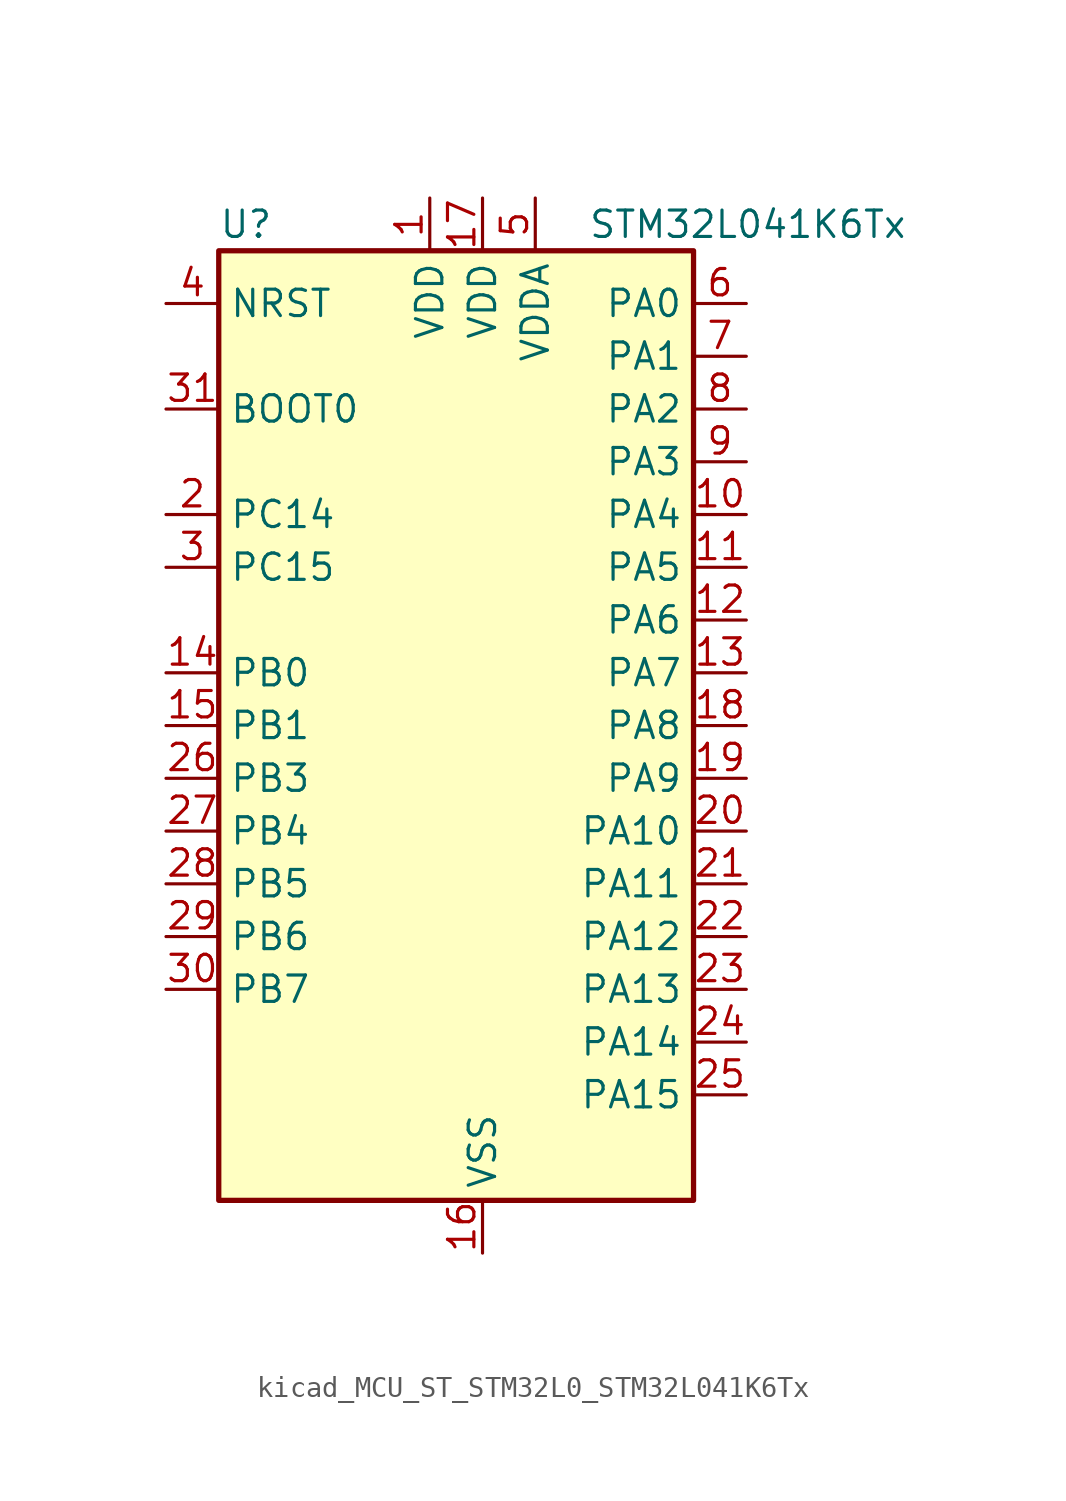
<source format=kicad_sym>
(kicad_symbol_lib
  (version 20220914)
  (generator kicad_symbol_editor)
  (symbol "kicad_MCU_ST_STM32L0_STM32L041K6Tx"
    (property "Reference" "U"
      (at -10.16 24.13 0)
      (effects (font (size 1.27 1.27)) (justify left)))
    (property "Value" "STM32L041K6Tx"
      (at 7.62 24.13 0)
      (effects (font (size 1.27 1.27)) (justify left)))
    (property "ki_locked" ""
      (at 0 0 0)
      (effects (font (size 1.27 1.27))))
    (symbol "kicad_MCU_ST_STM32L0_STM32L041K6Tx_0_1"
      (rectangle (start -10.16 -22.86) (end 12.7 22.86) (stroke (width 0.254) (type default)) (fill (type background))))
    (symbol "kicad_MCU_ST_STM32L0_STM32L041K6Tx_1_1"
      (pin power_in line (at 0 25.4 270) (length 2.54) (name "VDD" (effects (font (size 1.27 1.27)))) (number "1" (effects (font (size 1.27 1.27)))))
      (pin bidirectional line (at 15.24 10.16 180) (length 2.54) (name "PA4" (effects (font (size 1.27 1.27)))) (number "10" (effects (font (size 1.27 1.27)))) (alternate "ADC_IN4" bidirectional line) (alternate "COMP1_INM" bidirectional line) (alternate "COMP2_INM" bidirectional line) (alternate "LPTIM1_IN1" bidirectional line) (alternate "SPI1_NSS" bidirectional line) (alternate "TIM22_ETR" bidirectional line) (alternate "USART2_CK" bidirectional line))
      (pin bidirectional line (at 15.24 7.62 180) (length 2.54) (name "PA5" (effects (font (size 1.27 1.27)))) (number "11" (effects (font (size 1.27 1.27)))) (alternate "ADC_IN5" bidirectional line) (alternate "COMP1_INM" bidirectional line) (alternate "COMP2_INM" bidirectional line) (alternate "LPTIM1_IN2" bidirectional line) (alternate "SPI1_SCK" bidirectional line) (alternate "TIM2_CH1" bidirectional line) (alternate "TIM2_ETR" bidirectional line))
      (pin bidirectional line (at 15.24 5.08 180) (length 2.54) (name "PA6" (effects (font (size 1.27 1.27)))) (number "12" (effects (font (size 1.27 1.27)))) (alternate "ADC_IN6" bidirectional line) (alternate "COMP1_OUT" bidirectional line) (alternate "LPTIM1_ETR" bidirectional line) (alternate "LPUART1_CTS" bidirectional line) (alternate "SPI1_MISO" bidirectional line) (alternate "TIM22_CH1" bidirectional line))
      (pin bidirectional line (at 15.24 2.54 180) (length 2.54) (name "PA7" (effects (font (size 1.27 1.27)))) (number "13" (effects (font (size 1.27 1.27)))) (alternate "ADC_IN7" bidirectional line) (alternate "COMP2_OUT" bidirectional line) (alternate "LPTIM1_OUT" bidirectional line) (alternate "SPI1_MOSI" bidirectional line) (alternate "TIM22_CH2" bidirectional line) (alternate "USART2_CTS" bidirectional line))
      (pin bidirectional line (at -12.7 2.54 0) (length 2.54) (name "PB0" (effects (font (size 1.27 1.27)))) (number "14" (effects (font (size 1.27 1.27)))) (alternate "ADC_IN8" bidirectional line) (alternate "SPI1_MISO" bidirectional line) (alternate "SYS_VREF_OUT_PB0" bidirectional line) (alternate "TIM2_CH3" bidirectional line) (alternate "USART2_DE" bidirectional line) (alternate "USART2_RTS" bidirectional line))
      (pin bidirectional line (at -12.7 0 0) (length 2.54) (name "PB1" (effects (font (size 1.27 1.27)))) (number "15" (effects (font (size 1.27 1.27)))) (alternate "ADC_IN9" bidirectional line) (alternate "LPUART1_DE" bidirectional line) (alternate "LPUART1_RTS" bidirectional line) (alternate "SPI1_MOSI" bidirectional line) (alternate "SYS_VREF_OUT_PB1" bidirectional line) (alternate "TIM2_CH4" bidirectional line) (alternate "USART2_CK" bidirectional line))
      (pin power_in line (at 2.54 -25.4 90) (length 2.54) (name "VSS" (effects (font (size 1.27 1.27)))) (number "16" (effects (font (size 1.27 1.27)))))
      (pin power_in line (at 2.54 25.4 270) (length 2.54) (name "VDD" (effects (font (size 1.27 1.27)))) (number "17" (effects (font (size 1.27 1.27)))))
      (pin bidirectional line (at 15.24 0 180) (length 2.54) (name "PA8" (effects (font (size 1.27 1.27)))) (number "18" (effects (font (size 1.27 1.27)))) (alternate "LPTIM1_IN1" bidirectional line) (alternate "RCC_MCO" bidirectional line) (alternate "TIM2_CH1" bidirectional line) (alternate "USART2_CK" bidirectional line))
      (pin bidirectional line (at 15.24 -2.54 180) (length 2.54) (name "PA9" (effects (font (size 1.27 1.27)))) (number "19" (effects (font (size 1.27 1.27)))) (alternate "I2C1_SCL" bidirectional line) (alternate "RCC_MCO" bidirectional line) (alternate "TIM22_CH1" bidirectional line) (alternate "USART2_TX" bidirectional line))
      (pin bidirectional line (at -12.7 10.16 0) (length 2.54) (name "PC14" (effects (font (size 1.27 1.27)))) (number "2" (effects (font (size 1.27 1.27)))) (alternate "RCC_OSC32_IN" bidirectional line))
      (pin bidirectional line (at 15.24 -5.08 180) (length 2.54) (name "PA10" (effects (font (size 1.27 1.27)))) (number "20" (effects (font (size 1.27 1.27)))) (alternate "I2C1_SDA" bidirectional line) (alternate "TIM22_CH2" bidirectional line) (alternate "USART2_RX" bidirectional line))
      (pin bidirectional line (at 15.24 -7.62 180) (length 2.54) (name "PA11" (effects (font (size 1.27 1.27)))) (number "21" (effects (font (size 1.27 1.27)))) (alternate "ADC_EXTI11" bidirectional line) (alternate "COMP1_OUT" bidirectional line) (alternate "SPI1_MISO" bidirectional line) (alternate "TIM21_CH2" bidirectional line) (alternate "USART2_CTS" bidirectional line))
      (pin bidirectional line (at 15.24 -10.16 180) (length 2.54) (name "PA12" (effects (font (size 1.27 1.27)))) (number "22" (effects (font (size 1.27 1.27)))) (alternate "COMP2_OUT" bidirectional line) (alternate "SPI1_MOSI" bidirectional line) (alternate "USART2_DE" bidirectional line) (alternate "USART2_RTS" bidirectional line))
      (pin bidirectional line (at 15.24 -12.7 180) (length 2.54) (name "PA13" (effects (font (size 1.27 1.27)))) (number "23" (effects (font (size 1.27 1.27)))) (alternate "LPTIM1_ETR" bidirectional line) (alternate "LPUART1_RX" bidirectional line) (alternate "SYS_SWDIO" bidirectional line))
      (pin bidirectional line (at 15.24 -15.24 180) (length 2.54) (name "PA14" (effects (font (size 1.27 1.27)))) (number "24" (effects (font (size 1.27 1.27)))) (alternate "I2C1_SMBA" bidirectional line) (alternate "LPTIM1_OUT" bidirectional line) (alternate "LPUART1_TX" bidirectional line) (alternate "SYS_SWCLK" bidirectional line) (alternate "USART2_TX" bidirectional line))
      (pin bidirectional line (at 15.24 -17.78 180) (length 2.54) (name "PA15" (effects (font (size 1.27 1.27)))) (number "25" (effects (font (size 1.27 1.27)))) (alternate "SPI1_NSS" bidirectional line) (alternate "TIM2_CH1" bidirectional line) (alternate "TIM2_ETR" bidirectional line) (alternate "USART2_RX" bidirectional line))
      (pin bidirectional line (at -12.7 -2.54 0) (length 2.54) (name "PB3" (effects (font (size 1.27 1.27)))) (number "26" (effects (font (size 1.27 1.27)))) (alternate "COMP2_INM" bidirectional line) (alternate "SPI1_SCK" bidirectional line) (alternate "TIM2_CH2" bidirectional line))
      (pin bidirectional line (at -12.7 -5.08 0) (length 2.54) (name "PB4" (effects (font (size 1.27 1.27)))) (number "27" (effects (font (size 1.27 1.27)))) (alternate "COMP2_INP" bidirectional line) (alternate "SPI1_MISO" bidirectional line) (alternate "TIM22_CH1" bidirectional line))
      (pin bidirectional line (at -12.7 -7.62 0) (length 2.54) (name "PB5" (effects (font (size 1.27 1.27)))) (number "28" (effects (font (size 1.27 1.27)))) (alternate "COMP2_INP" bidirectional line) (alternate "I2C1_SMBA" bidirectional line) (alternate "LPTIM1_IN1" bidirectional line) (alternate "SPI1_MOSI" bidirectional line) (alternate "TIM22_CH2" bidirectional line))
      (pin bidirectional line (at -12.7 -10.16 0) (length 2.54) (name "PB6" (effects (font (size 1.27 1.27)))) (number "29" (effects (font (size 1.27 1.27)))) (alternate "COMP2_INP" bidirectional line) (alternate "I2C1_SCL" bidirectional line) (alternate "LPTIM1_ETR" bidirectional line) (alternate "TIM21_CH1" bidirectional line) (alternate "USART2_TX" bidirectional line))
      (pin bidirectional line (at -12.7 7.62 0) (length 2.54) (name "PC15" (effects (font (size 1.27 1.27)))) (number "3" (effects (font (size 1.27 1.27)))) (alternate "RCC_OSC32_OUT" bidirectional line))
      (pin bidirectional line (at -12.7 -12.7 0) (length 2.54) (name "PB7" (effects (font (size 1.27 1.27)))) (number "30" (effects (font (size 1.27 1.27)))) (alternate "COMP2_INP" bidirectional line) (alternate "I2C1_SDA" bidirectional line) (alternate "LPTIM1_IN2" bidirectional line) (alternate "SYS_PVD_IN" bidirectional line) (alternate "USART2_RX" bidirectional line))
      (pin input line (at -12.7 15.24 0) (length 2.54) (name "BOOT0" (effects (font (size 1.27 1.27)))) (number "31" (effects (font (size 1.27 1.27)))))
      (pin passive line (at 2.54 -25.4 90) (length 2.54) hide (name "VSS" (effects (font (size 1.27 1.27)))) (number "32" (effects (font (size 1.27 1.27)))))
      (pin input line (at -12.7 20.32 0) (length 2.54) (name "NRST" (effects (font (size 1.27 1.27)))) (number "4" (effects (font (size 1.27 1.27)))))
      (pin power_in line (at 5.08 25.4 270) (length 2.54) (name "VDDA" (effects (font (size 1.27 1.27)))) (number "5" (effects (font (size 1.27 1.27)))))
      (pin bidirectional line (at 15.24 20.32 180) (length 2.54) (name "PA0" (effects (font (size 1.27 1.27)))) (number "6" (effects (font (size 1.27 1.27)))) (alternate "ADC_IN0" bidirectional line) (alternate "COMP1_INM" bidirectional line) (alternate "COMP1_OUT" bidirectional line) (alternate "LPTIM1_IN1" bidirectional line) (alternate "RCC_CK_IN" bidirectional line) (alternate "RTC_TAMP2" bidirectional line) (alternate "SYS_WKUP1" bidirectional line) (alternate "TIM2_CH1" bidirectional line) (alternate "TIM2_ETR" bidirectional line) (alternate "USART2_CTS" bidirectional line))
      (pin bidirectional line (at 15.24 17.78 180) (length 2.54) (name "PA1" (effects (font (size 1.27 1.27)))) (number "7" (effects (font (size 1.27 1.27)))) (alternate "ADC_IN1" bidirectional line) (alternate "COMP1_INP" bidirectional line) (alternate "I2C1_SMBA" bidirectional line) (alternate "LPTIM1_IN2" bidirectional line) (alternate "TIM21_ETR" bidirectional line) (alternate "TIM2_CH2" bidirectional line) (alternate "USART2_DE" bidirectional line) (alternate "USART2_RTS" bidirectional line))
      (pin bidirectional line (at 15.24 15.24 180) (length 2.54) (name "PA2" (effects (font (size 1.27 1.27)))) (number "8" (effects (font (size 1.27 1.27)))) (alternate "ADC_IN2" bidirectional line) (alternate "COMP2_INM" bidirectional line) (alternate "COMP2_OUT" bidirectional line) (alternate "LPUART1_TX" bidirectional line) (alternate "RTC_OUT_ALARM" bidirectional line) (alternate "RTC_OUT_CALIB" bidirectional line) (alternate "RTC_TAMP3" bidirectional line) (alternate "RTC_TS" bidirectional line) (alternate "SYS_WKUP3" bidirectional line) (alternate "TIM21_CH1" bidirectional line) (alternate "TIM2_CH3" bidirectional line) (alternate "USART2_TX" bidirectional line))
      (pin bidirectional line (at 15.24 12.7 180) (length 2.54) (name "PA3" (effects (font (size 1.27 1.27)))) (number "9" (effects (font (size 1.27 1.27)))) (alternate "ADC_IN3" bidirectional line) (alternate "COMP2_INP" bidirectional line) (alternate "LPUART1_RX" bidirectional line) (alternate "TIM21_CH2" bidirectional line) (alternate "TIM2_CH4" bidirectional line) (alternate "USART2_RX" bidirectional line)))))
</source>
